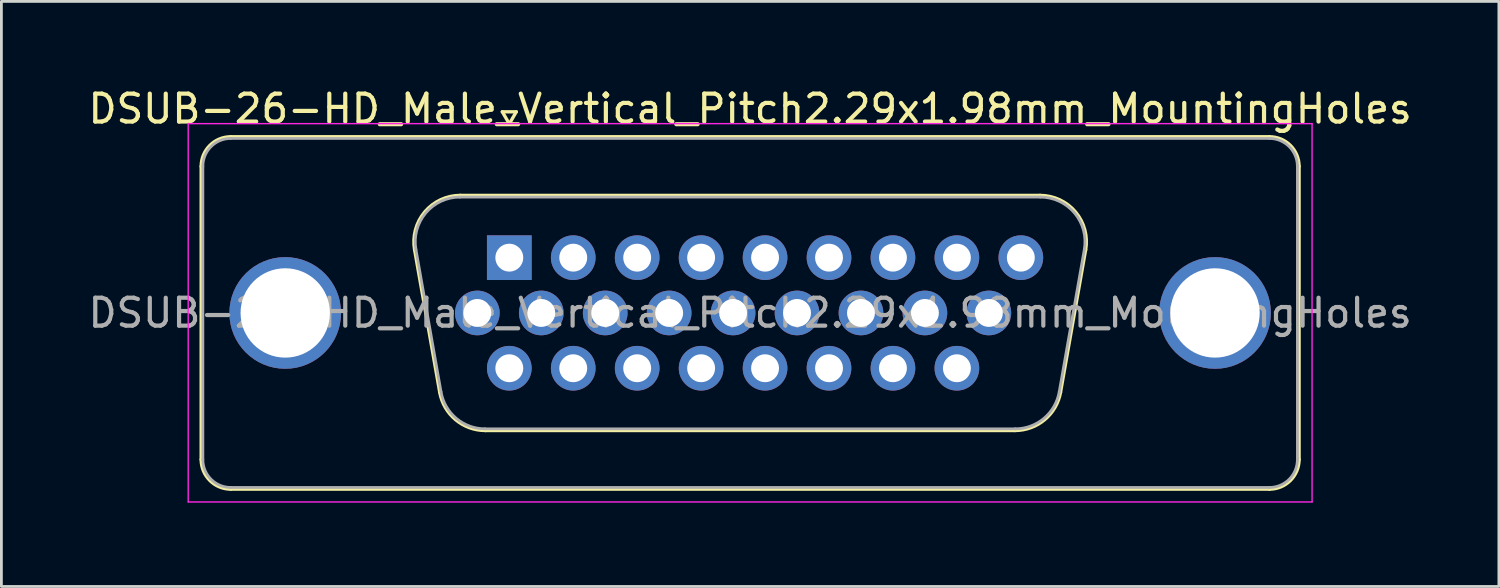
<source format=kicad_pcb>
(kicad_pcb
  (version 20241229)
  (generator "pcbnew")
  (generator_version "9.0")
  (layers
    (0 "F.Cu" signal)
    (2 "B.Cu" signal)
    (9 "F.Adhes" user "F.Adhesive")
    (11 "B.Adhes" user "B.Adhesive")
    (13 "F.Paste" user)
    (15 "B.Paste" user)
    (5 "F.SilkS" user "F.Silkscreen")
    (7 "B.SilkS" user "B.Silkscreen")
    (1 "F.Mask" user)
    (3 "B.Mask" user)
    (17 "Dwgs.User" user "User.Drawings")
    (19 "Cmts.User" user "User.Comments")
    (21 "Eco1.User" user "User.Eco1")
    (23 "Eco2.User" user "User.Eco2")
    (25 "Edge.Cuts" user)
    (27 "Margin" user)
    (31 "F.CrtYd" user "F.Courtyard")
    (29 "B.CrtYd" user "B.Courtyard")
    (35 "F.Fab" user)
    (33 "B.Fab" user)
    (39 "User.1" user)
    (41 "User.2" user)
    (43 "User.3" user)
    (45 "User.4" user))
  (footprint "DSUB-26-HD_Male_Vertical_Pitch2.29x1.98mm_MountingHoles"
    (layer "F.Cu")
    (at 15.19 6.178)
    (property "Reference" "DSUB-26-HD_Male_Vertical_Pitch2.29x1.98mm_MountingHoles" (at 8.625 -5.33 0) (layer "F.SilkS") (effects (font (size 1 1) (thickness 0.15))))
    (attr through_hole)
    (fp_line (start -11.035 7.23) (end -11.035 -3.27) (stroke (width 0.12) (type solid)) (layer "F.SilkS"))
    (fp_line (start -9.975 -4.33) (end 27.225 -4.33) (stroke (width 0.12) (type solid)) (layer "F.SilkS"))
    (fp_line (start -3.391 -0.282) (end -2.492 4.818) (stroke (width 0.12) (type solid)) (layer "F.SilkS"))
    (fp_line (start -1.757 -2.23) (end 19.007 -2.23) (stroke (width 0.12) (type solid)) (layer "F.SilkS"))
    (fp_line (start -0.857 6.19) (end 18.107 6.19) (stroke (width 0.12) (type solid)) (layer "F.SilkS"))
    (fp_line (start -0.25 -5.224) (end 0.25 -5.224) (stroke (width 0.12) (type solid)) (layer "F.SilkS"))
    (fp_line (start 0 -4.791) (end -0.25 -5.224) (stroke (width 0.12) (type solid)) (layer "F.SilkS"))
    (fp_line (start 0.25 -5.224) (end 0 -4.791) (stroke (width 0.12) (type solid)) (layer "F.SilkS"))
    (fp_line (start 20.641 -0.282) (end 19.742 4.818) (stroke (width 0.12) (type solid)) (layer "F.SilkS"))
    (fp_line (start 27.225 8.29) (end -9.975 8.29) (stroke (width 0.12) (type solid)) (layer "F.SilkS"))
    (fp_line (start 28.285 -3.27) (end 28.285 7.23) (stroke (width 0.12) (type solid)) (layer "F.SilkS"))
    (fp_arc (start -11.035 -3.27) (mid -10.724533 -4.019533) (end -9.975 -4.33) (stroke (width 0.12) (type solid)) (layer "F.SilkS"))
    (fp_arc (start -9.975 8.29) (mid -10.724533 7.979533) (end -11.035 7.23) (stroke (width 0.12) (type solid)) (layer "F.SilkS"))
    (fp_arc (start -3.39147 -0.281744) (mid -3.028323 -1.637028) (end -1.756689 -2.23) (stroke (width 0.12) (type solid)) (layer "F.SilkS"))
    (fp_arc (start -0.857421 6.19) (mid -1.924448 5.801634) (end -2.492202 4.818256) (stroke (width 0.12) (type solid)) (layer "F.SilkS"))
    (fp_arc (start 19.006689 -2.23) (mid 20.278323 -1.637027) (end 20.64147 -0.281744) (stroke (width 0.12) (type solid)) (layer "F.SilkS"))
    (fp_arc (start 19.742202 4.818256) (mid 19.174449 5.801634) (end 18.107421 6.19) (stroke (width 0.12) (type solid)) (layer "F.SilkS"))
    (fp_arc (start 27.225 -4.33) (mid 27.974533 -4.019533) (end 28.285 -3.27) (stroke (width 0.12) (type solid)) (layer "F.SilkS"))
    (fp_arc (start 28.285 7.23) (mid 27.974533 7.979533) (end 27.225 8.29) (stroke (width 0.12) (type solid)) (layer "F.SilkS"))
    (fp_line (start -11.5 -4.8) (end -11.5 8.75) (stroke (width 0.05) (type solid)) (layer "F.CrtYd"))
    (fp_line (start -11.5 8.75) (end 28.75 8.75) (stroke (width 0.05) (type solid)) (layer "F.CrtYd"))
    (fp_line (start 28.75 -4.8) (end -11.5 -4.8) (stroke (width 0.05) (type solid)) (layer "F.CrtYd"))
    (fp_line (start 28.75 8.75) (end 28.75 -4.8) (stroke (width 0.05) (type solid)) (layer "F.CrtYd"))
    (fp_line (start -10.975 7.23) (end -10.975 -3.27) (stroke (width 0.1) (type solid)) (layer "F.Fab"))
    (fp_line (start -9.975 -4.27) (end 27.225 -4.27) (stroke (width 0.1) (type solid)) (layer "F.Fab"))
    (fp_line (start -3.344 -0.292) (end -2.445 4.808) (stroke (width 0.1) (type solid)) (layer "F.Fab"))
    (fp_line (start -1.768 -2.17) (end 19.018 -2.17) (stroke (width 0.1) (type solid)) (layer "F.Fab"))
    (fp_line (start -0.869 6.13) (end 18.119 6.13) (stroke (width 0.1) (type solid)) (layer "F.Fab"))
    (fp_line (start 20.594 -0.292) (end 19.695 4.808) (stroke (width 0.1) (type solid)) (layer "F.Fab"))
    (fp_line (start 27.225 8.23) (end -9.975 8.23) (stroke (width 0.1) (type solid)) (layer "F.Fab"))
    (fp_line (start 28.225 -3.27) (end 28.225 7.23) (stroke (width 0.1) (type solid)) (layer "F.Fab"))
    (fp_arc (start -10.975 -3.27) (mid -10.682107 -3.977107) (end -9.975 -4.27) (stroke (width 0.1) (type solid)) (layer "F.Fab"))
    (fp_arc (start -9.975 8.23) (mid -10.682107 7.937107) (end -10.975 7.23) (stroke (width 0.1) (type solid)) (layer "F.Fab"))
    (fp_arc (start -3.343886 -0.292163) (mid -2.993865 -1.59846) (end -1.768194 -2.17) (stroke (width 0.1) (type solid)) (layer "F.Fab"))
    (fp_arc (start -0.868927 6.13) (mid -1.897387 5.755671) (end -2.444619 4.807837) (stroke (width 0.1) (type solid)) (layer "F.Fab"))
    (fp_arc (start 19.018194 -2.17) (mid 20.243865 -1.59846) (end 20.593886 -0.292163) (stroke (width 0.1) (type solid)) (layer "F.Fab"))
    (fp_arc (start 19.694619 4.807837) (mid 19.147387 5.755671) (end 18.118927 6.13) (stroke (width 0.1) (type solid)) (layer "F.Fab"))
    (fp_arc (start 27.225 -4.27) (mid 27.932107 -3.977107) (end 28.225 -3.27) (stroke (width 0.1) (type solid)) (layer "F.Fab"))
    (fp_arc (start 28.225 7.23) (mid 27.932107 7.937107) (end 27.225 8.23) (stroke (width 0.1) (type solid)) (layer "F.Fab"))
    (fp_text user "${REFERENCE}" (at 8.625 1.98 0) (layer "F.Fab") (effects (font (size 1 1) (thickness 0.15))))
    (pad "0" thru_hole circle (at -8.025 1.98) (size 4 4) (drill 3.2) (layers "*.Cu" "*.Mask"))
    (pad "0" thru_hole circle (at 25.275 1.98) (size 4 4) (drill 3.2) (layers "*.Cu" "*.Mask"))
    (pad "1" thru_hole rect (at 0 0) (size 1.6 1.6) (drill 1) (layers "*.Cu" "*.Mask"))
    (pad "2" thru_hole circle (at 2.29 0) (size 1.6 1.6) (drill 1) (layers "*.Cu" "*.Mask"))
    (pad "3" thru_hole circle (at 4.58 0) (size 1.6 1.6) (drill 1) (layers "*.Cu" "*.Mask"))
    (pad "4" thru_hole circle (at 6.87 0) (size 1.6 1.6) (drill 1) (layers "*.Cu" "*.Mask"))
    (pad "5" thru_hole circle (at 9.16 0) (size 1.6 1.6) (drill 1) (layers "*.Cu" "*.Mask"))
    (pad "6" thru_hole circle (at 11.45 0) (size 1.6 1.6) (drill 1) (layers "*.Cu" "*.Mask"))
    (pad "7" thru_hole circle (at 13.74 0) (size 1.6 1.6) (drill 1) (layers "*.Cu" "*.Mask"))
    (pad "8" thru_hole circle (at 16.03 0) (size 1.6 1.6) (drill 1) (layers "*.Cu" "*.Mask"))
    (pad "9" thru_hole circle (at 18.32 0) (size 1.6 1.6) (drill 1) (layers "*.Cu" "*.Mask"))
    (pad "10" thru_hole circle (at -1.145 1.98) (size 1.6 1.6) (drill 1) (layers "*.Cu" "*.Mask"))
    (pad "11" thru_hole circle (at 1.145 1.98) (size 1.6 1.6) (drill 1) (layers "*.Cu" "*.Mask"))
    (pad "12" thru_hole circle (at 3.435 1.98) (size 1.6 1.6) (drill 1) (layers "*.Cu" "*.Mask"))
    (pad "13" thru_hole circle (at 5.725 1.98) (size 1.6 1.6) (drill 1) (layers "*.Cu" "*.Mask"))
    (pad "14" thru_hole circle (at 8.015 1.98) (size 1.6 1.6) (drill 1) (layers "*.Cu" "*.Mask"))
    (pad "15" thru_hole circle (at 10.305 1.98) (size 1.6 1.6) (drill 1) (layers "*.Cu" "*.Mask"))
    (pad "16" thru_hole circle (at 12.595 1.98) (size 1.6 1.6) (drill 1) (layers "*.Cu" "*.Mask"))
    (pad "17" thru_hole circle (at 14.885 1.98) (size 1.6 1.6) (drill 1) (layers "*.Cu" "*.Mask"))
    (pad "18" thru_hole circle (at 17.175 1.98) (size 1.6 1.6) (drill 1) (layers "*.Cu" "*.Mask"))
    (pad "19" thru_hole circle (at 0 3.96) (size 1.6 1.6) (drill 1) (layers "*.Cu" "*.Mask"))
    (pad "20" thru_hole circle (at 2.29 3.96) (size 1.6 1.6) (drill 1) (layers "*.Cu" "*.Mask"))
    (pad "21" thru_hole circle (at 4.58 3.96) (size 1.6 1.6) (drill 1) (layers "*.Cu" "*.Mask"))
    (pad "22" thru_hole circle (at 6.87 3.96) (size 1.6 1.6) (drill 1) (layers "*.Cu" "*.Mask"))
    (pad "23" thru_hole circle (at 9.16 3.96) (size 1.6 1.6) (drill 1) (layers "*.Cu" "*.Mask"))
    (pad "24" thru_hole circle (at 11.45 3.96) (size 1.6 1.6) (drill 1) (layers "*.Cu" "*.Mask"))
    (pad "25" thru_hole circle (at 13.74 3.96) (size 1.6 1.6) (drill 1) (layers "*.Cu" "*.Mask"))
    (pad "26" thru_hole circle (at 16.03 3.96) (size 1.6 1.6) (drill 1) (layers "*.Cu" "*.Mask")))
  (gr_rect
    (start -3 -3)
    (end 50.631 17.953)
    (stroke (width 0.1) (type default))
    (fill no)
    (layer "Edge.Cuts")))
</source>
